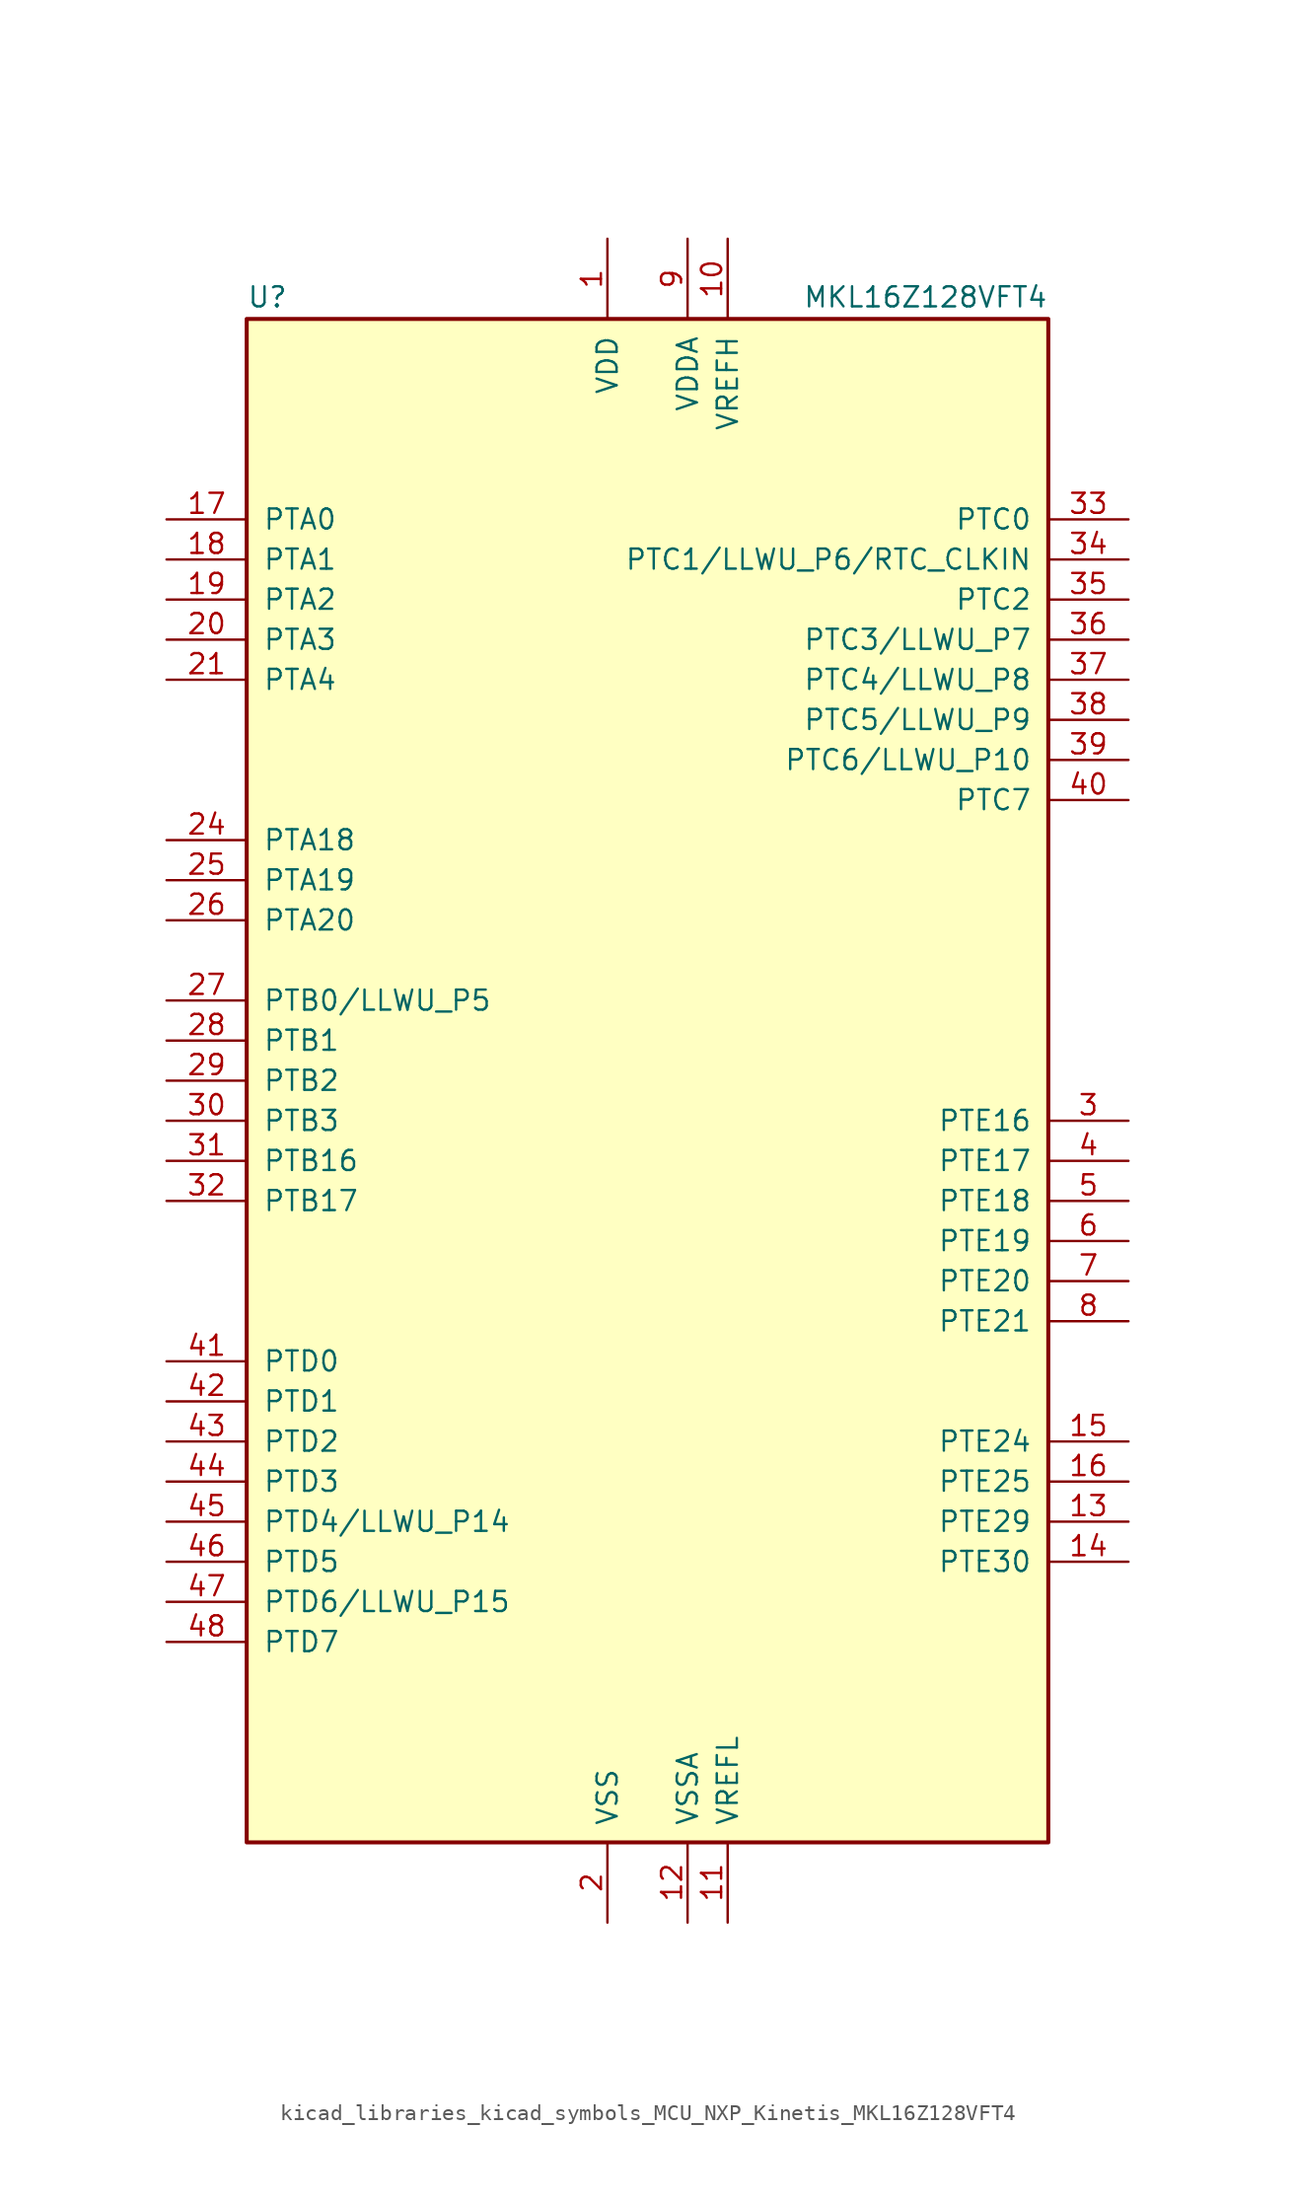
<source format=kicad_sym>
(kicad_symbol_lib
  (version 20220914)
  (generator kicad_symbol_editor)
  (symbol "kicad_libraries_kicad_symbols_MCU_NXP_Kinetis_MKL16Z128VFT4"
    (pin_names
      (offset 1.016))
    (property "Reference" "U"
      (at -25.4 48.895 0)
      (effects (font (size 1.27 1.27)) (justify left bottom)))
    (property "Value" "MKL16Z128VFT4"
      (at 25.4 48.895 0)
      (effects (font (size 1.27 1.27)) (justify right bottom)))
    (symbol "kicad_libraries_kicad_symbols_MCU_NXP_Kinetis_MKL16Z128VFT4_0_1"
      (rectangle (start -25.4 48.26) (end 25.4 -48.26) (stroke (width 0.254) (type default)) (fill (type background))))
    (symbol "kicad_libraries_kicad_symbols_MCU_NXP_Kinetis_MKL16Z128VFT4_1_1"
      (pin power_in line (at -2.54 53.34 270) (length 5.08) (name "VDD" (effects (font (size 1.27 1.27)))) (number "1" (effects (font (size 1.27 1.27)))))
      (pin power_in line (at 5.08 53.34 270) (length 5.08) (name "VREFH" (effects (font (size 1.27 1.27)))) (number "10" (effects (font (size 1.27 1.27)))))
      (pin power_in line (at 5.08 -53.34 90) (length 5.08) (name "VREFL" (effects (font (size 1.27 1.27)))) (number "11" (effects (font (size 1.27 1.27)))))
      (pin power_in line (at 2.54 -53.34 90) (length 5.08) (name "VSSA" (effects (font (size 1.27 1.27)))) (number "12" (effects (font (size 1.27 1.27)))))
      (pin bidirectional line (at 30.48 -27.94 180) (length 5.08) (name "PTE29" (effects (font (size 1.27 1.27)))) (number "13" (effects (font (size 1.27 1.27)))))
      (pin bidirectional line (at 30.48 -30.48 180) (length 5.08) (name "PTE30" (effects (font (size 1.27 1.27)))) (number "14" (effects (font (size 1.27 1.27)))))
      (pin bidirectional line (at 30.48 -22.86 180) (length 5.08) (name "PTE24" (effects (font (size 1.27 1.27)))) (number "15" (effects (font (size 1.27 1.27)))))
      (pin bidirectional line (at 30.48 -25.4 180) (length 5.08) (name "PTE25" (effects (font (size 1.27 1.27)))) (number "16" (effects (font (size 1.27 1.27)))))
      (pin bidirectional line (at -30.48 35.56 0) (length 5.08) (name "PTA0" (effects (font (size 1.27 1.27)))) (number "17" (effects (font (size 1.27 1.27)))))
      (pin bidirectional line (at -30.48 33.02 0) (length 5.08) (name "PTA1" (effects (font (size 1.27 1.27)))) (number "18" (effects (font (size 1.27 1.27)))))
      (pin bidirectional line (at -30.48 30.48 0) (length 5.08) (name "PTA2" (effects (font (size 1.27 1.27)))) (number "19" (effects (font (size 1.27 1.27)))))
      (pin power_in line (at -2.54 -53.34 90) (length 5.08) (name "VSS" (effects (font (size 1.27 1.27)))) (number "2" (effects (font (size 1.27 1.27)))))
      (pin bidirectional line (at -30.48 27.94 0) (length 5.08) (name "PTA3" (effects (font (size 1.27 1.27)))) (number "20" (effects (font (size 1.27 1.27)))))
      (pin bidirectional line (at -30.48 25.4 0) (length 5.08) (name "PTA4" (effects (font (size 1.27 1.27)))) (number "21" (effects (font (size 1.27 1.27)))))
      (pin passive line (at -2.54 53.34 270) (length 5.08) hide (name "VDD" (effects (font (size 1.27 1.27)))) (number "22" (effects (font (size 1.27 1.27)))))
      (pin passive line (at -2.54 -53.34 90) (length 5.08) hide (name "VSS" (effects (font (size 1.27 1.27)))) (number "23" (effects (font (size 1.27 1.27)))))
      (pin bidirectional line (at -30.48 15.24 0) (length 5.08) (name "PTA18" (effects (font (size 1.27 1.27)))) (number "24" (effects (font (size 1.27 1.27)))))
      (pin bidirectional line (at -30.48 12.7 0) (length 5.08) (name "PTA19" (effects (font (size 1.27 1.27)))) (number "25" (effects (font (size 1.27 1.27)))))
      (pin bidirectional line (at -30.48 10.16 0) (length 5.08) (name "PTA20" (effects (font (size 1.27 1.27)))) (number "26" (effects (font (size 1.27 1.27)))))
      (pin bidirectional line (at -30.48 5.08 0) (length 5.08) (name "PTB0/LLWU_P5" (effects (font (size 1.27 1.27)))) (number "27" (effects (font (size 1.27 1.27)))))
      (pin bidirectional line (at -30.48 2.54 0) (length 5.08) (name "PTB1" (effects (font (size 1.27 1.27)))) (number "28" (effects (font (size 1.27 1.27)))))
      (pin bidirectional line (at -30.48 0 0) (length 5.08) (name "PTB2" (effects (font (size 1.27 1.27)))) (number "29" (effects (font (size 1.27 1.27)))))
      (pin bidirectional line (at 30.48 -2.54 180) (length 5.08) (name "PTE16" (effects (font (size 1.27 1.27)))) (number "3" (effects (font (size 1.27 1.27)))))
      (pin bidirectional line (at -30.48 -2.54 0) (length 5.08) (name "PTB3" (effects (font (size 1.27 1.27)))) (number "30" (effects (font (size 1.27 1.27)))))
      (pin bidirectional line (at -30.48 -5.08 0) (length 5.08) (name "PTB16" (effects (font (size 1.27 1.27)))) (number "31" (effects (font (size 1.27 1.27)))))
      (pin bidirectional line (at -30.48 -7.62 0) (length 5.08) (name "PTB17" (effects (font (size 1.27 1.27)))) (number "32" (effects (font (size 1.27 1.27)))))
      (pin bidirectional line (at 30.48 35.56 180) (length 5.08) (name "PTC0" (effects (font (size 1.27 1.27)))) (number "33" (effects (font (size 1.27 1.27)))))
      (pin bidirectional line (at 30.48 33.02 180) (length 5.08) (name "PTC1/LLWU_P6/RTC_CLKIN" (effects (font (size 1.27 1.27)))) (number "34" (effects (font (size 1.27 1.27)))))
      (pin bidirectional line (at 30.48 30.48 180) (length 5.08) (name "PTC2" (effects (font (size 1.27 1.27)))) (number "35" (effects (font (size 1.27 1.27)))))
      (pin bidirectional line (at 30.48 27.94 180) (length 5.08) (name "PTC3/LLWU_P7" (effects (font (size 1.27 1.27)))) (number "36" (effects (font (size 1.27 1.27)))))
      (pin bidirectional line (at 30.48 25.4 180) (length 5.08) (name "PTC4/LLWU_P8" (effects (font (size 1.27 1.27)))) (number "37" (effects (font (size 1.27 1.27)))))
      (pin bidirectional line (at 30.48 22.86 180) (length 5.08) (name "PTC5/LLWU_P9" (effects (font (size 1.27 1.27)))) (number "38" (effects (font (size 1.27 1.27)))))
      (pin bidirectional line (at 30.48 20.32 180) (length 5.08) (name "PTC6/LLWU_P10" (effects (font (size 1.27 1.27)))) (number "39" (effects (font (size 1.27 1.27)))))
      (pin bidirectional line (at 30.48 -5.08 180) (length 5.08) (name "PTE17" (effects (font (size 1.27 1.27)))) (number "4" (effects (font (size 1.27 1.27)))))
      (pin bidirectional line (at 30.48 17.78 180) (length 5.08) (name "PTC7" (effects (font (size 1.27 1.27)))) (number "40" (effects (font (size 1.27 1.27)))))
      (pin bidirectional line (at -30.48 -17.78 0) (length 5.08) (name "PTD0" (effects (font (size 1.27 1.27)))) (number "41" (effects (font (size 1.27 1.27)))))
      (pin bidirectional line (at -30.48 -20.32 0) (length 5.08) (name "PTD1" (effects (font (size 1.27 1.27)))) (number "42" (effects (font (size 1.27 1.27)))))
      (pin bidirectional line (at -30.48 -22.86 0) (length 5.08) (name "PTD2" (effects (font (size 1.27 1.27)))) (number "43" (effects (font (size 1.27 1.27)))))
      (pin bidirectional line (at -30.48 -25.4 0) (length 5.08) (name "PTD3" (effects (font (size 1.27 1.27)))) (number "44" (effects (font (size 1.27 1.27)))))
      (pin bidirectional line (at -30.48 -27.94 0) (length 5.08) (name "PTD4/LLWU_P14" (effects (font (size 1.27 1.27)))) (number "45" (effects (font (size 1.27 1.27)))))
      (pin bidirectional line (at -30.48 -30.48 0) (length 5.08) (name "PTD5" (effects (font (size 1.27 1.27)))) (number "46" (effects (font (size 1.27 1.27)))))
      (pin bidirectional line (at -30.48 -33.02 0) (length 5.08) (name "PTD6/LLWU_P15" (effects (font (size 1.27 1.27)))) (number "47" (effects (font (size 1.27 1.27)))))
      (pin bidirectional line (at -30.48 -35.56 0) (length 5.08) (name "PTD7" (effects (font (size 1.27 1.27)))) (number "48" (effects (font (size 1.27 1.27)))))
      (pin bidirectional line (at 30.48 -7.62 180) (length 5.08) (name "PTE18" (effects (font (size 1.27 1.27)))) (number "5" (effects (font (size 1.27 1.27)))))
      (pin bidirectional line (at 30.48 -10.16 180) (length 5.08) (name "PTE19" (effects (font (size 1.27 1.27)))) (number "6" (effects (font (size 1.27 1.27)))))
      (pin bidirectional line (at 30.48 -12.7 180) (length 5.08) (name "PTE20" (effects (font (size 1.27 1.27)))) (number "7" (effects (font (size 1.27 1.27)))))
      (pin bidirectional line (at 30.48 -15.24 180) (length 5.08) (name "PTE21" (effects (font (size 1.27 1.27)))) (number "8" (effects (font (size 1.27 1.27)))))
      (pin power_in line (at 2.54 53.34 270) (length 5.08) (name "VDDA" (effects (font (size 1.27 1.27)))) (number "9" (effects (font (size 1.27 1.27))))))))
</source>
